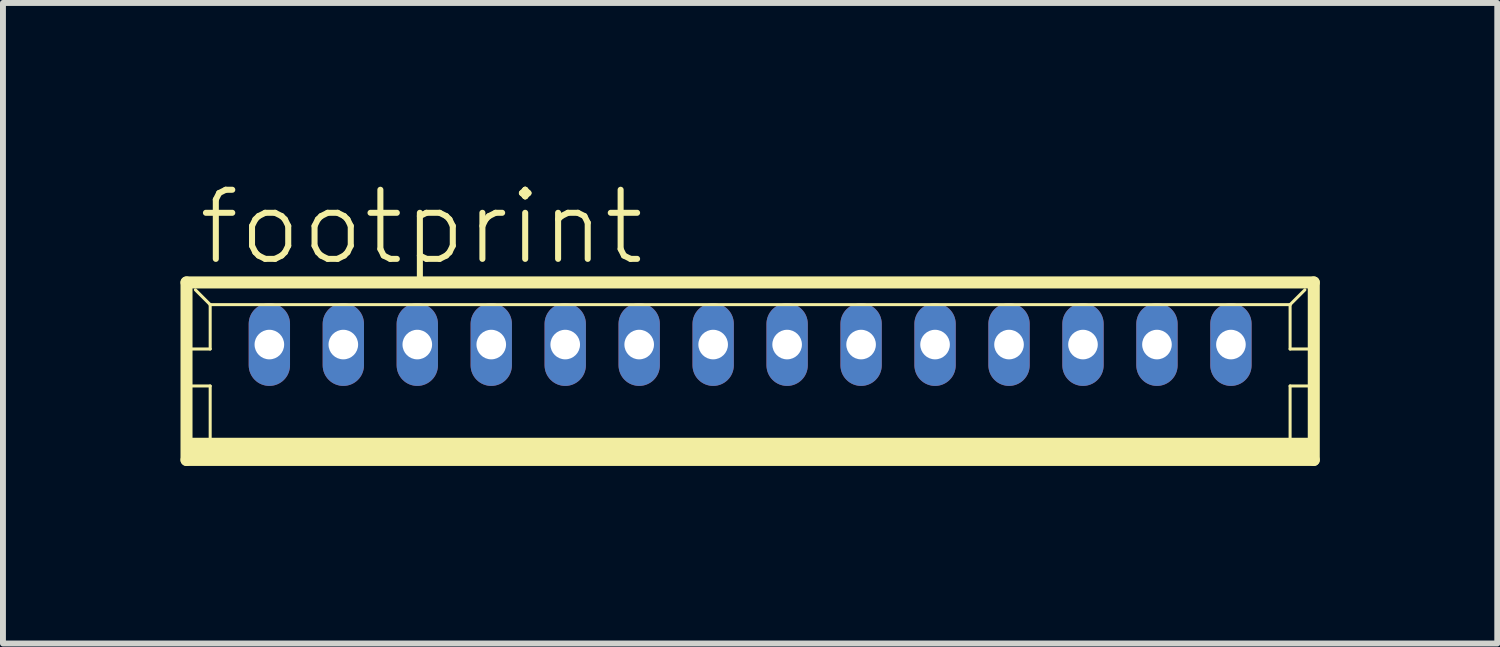
<source format=kicad_pcb>
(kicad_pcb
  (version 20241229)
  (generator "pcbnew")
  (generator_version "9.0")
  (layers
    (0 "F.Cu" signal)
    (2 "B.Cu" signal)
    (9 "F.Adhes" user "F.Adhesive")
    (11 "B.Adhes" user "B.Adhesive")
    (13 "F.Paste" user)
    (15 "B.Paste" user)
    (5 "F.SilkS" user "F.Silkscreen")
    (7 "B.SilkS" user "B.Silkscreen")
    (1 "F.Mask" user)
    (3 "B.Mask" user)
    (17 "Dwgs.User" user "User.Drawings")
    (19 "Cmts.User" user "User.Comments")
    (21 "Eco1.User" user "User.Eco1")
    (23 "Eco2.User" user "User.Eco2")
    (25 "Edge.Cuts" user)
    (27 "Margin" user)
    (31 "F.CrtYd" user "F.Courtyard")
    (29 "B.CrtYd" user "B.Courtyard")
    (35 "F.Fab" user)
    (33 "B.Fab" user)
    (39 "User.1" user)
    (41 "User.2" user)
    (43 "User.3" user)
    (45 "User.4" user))
  (footprint "footprint"
    (layer "F.Cu")
    (at 9.627 3.223)
    (property "Reference" "footprint" (at -9.375 -1.75 0) (layer "F.SilkS") (effects (font (size 1.168 1.168) (thickness 0.102)) (justify left bottom)))
    (fp_line (start -9.525 -1.5) (end -9.525 1.5) (stroke (width 0.203) (type solid)) (layer "F.SilkS"))
    (fp_line (start -9.525 1.5) (end 9.525 1.5) (stroke (width 0.203) (type solid)) (layer "F.SilkS"))
    (fp_line (start -9.5 -0.375) (end -9.125 -0.375) (stroke (width 0.051) (type solid)) (layer "F.SilkS"))
    (fp_line (start -9.5 0.25) (end -9.125 0.25) (stroke (width 0.051) (type solid)) (layer "F.SilkS"))
    (fp_line (start -9.125 -1.125) (end -9.375 -1.375) (stroke (width 0.051) (type solid)) (layer "F.SilkS"))
    (fp_line (start -9.125 -1.125) (end 9.125 -1.125) (stroke (width 0.051) (type solid)) (layer "F.SilkS"))
    (fp_line (start -9.125 -0.375) (end -9.125 -1.125) (stroke (width 0.051) (type solid)) (layer "F.SilkS"))
    (fp_line (start -9.125 0.25) (end -9.125 1.25) (stroke (width 0.051) (type solid)) (layer "F.SilkS"))
    (fp_line (start 9.125 -1.125) (end 9.125 -0.375) (stroke (width 0.051) (type solid)) (layer "F.SilkS"))
    (fp_line (start 9.125 -1.125) (end 9.375 -1.375) (stroke (width 0.051) (type solid)) (layer "F.SilkS"))
    (fp_line (start 9.125 -0.375) (end 9.5 -0.375) (stroke (width 0.051) (type solid)) (layer "F.SilkS"))
    (fp_line (start 9.125 0.25) (end 9.125 1.25) (stroke (width 0.051) (type solid)) (layer "F.SilkS"))
    (fp_line (start 9.125 0.25) (end 9.5 0.25) (stroke (width 0.051) (type solid)) (layer "F.SilkS"))
    (fp_line (start 9.525 -1.5) (end -9.525 -1.5) (stroke (width 0.203) (type solid)) (layer "F.SilkS"))
    (fp_line (start 9.525 1.5) (end 9.525 -1.5) (stroke (width 0.203) (type solid)) (layer "F.SilkS"))
    (fp_poly (pts (xy -9.5 1.5) (xy 9.5 1.5) (xy 9.5 1.125) (xy -9.5 1.125)) (stroke (width 0) (type solid)) (fill yes) (layer "F.SilkS"))
    (pad "1" thru_hole oval (at 8.125 -0.45 90) (size 1.397 0.698) (drill 0.5) (layers "*.Cu" "*.Mask"))
    (pad "2" thru_hole oval (at 6.875 -0.45 90) (size 1.397 0.698) (drill 0.5) (layers "*.Cu" "*.Mask"))
    (pad "3" thru_hole oval (at 5.625 -0.45 90) (size 1.397 0.698) (drill 0.5) (layers "*.Cu" "*.Mask"))
    (pad "4" thru_hole oval (at 4.375 -0.45 90) (size 1.397 0.698) (drill 0.5) (layers "*.Cu" "*.Mask"))
    (pad "5" thru_hole oval (at 3.125 -0.45 90) (size 1.397 0.698) (drill 0.5) (layers "*.Cu" "*.Mask"))
    (pad "6" thru_hole oval (at 1.875 -0.45 90) (size 1.397 0.698) (drill 0.5) (layers "*.Cu" "*.Mask"))
    (pad "7" thru_hole oval (at 0.625 -0.45 90) (size 1.397 0.698) (drill 0.5) (layers "*.Cu" "*.Mask"))
    (pad "8" thru_hole oval (at -0.625 -0.45 90) (size 1.397 0.698) (drill 0.5) (layers "*.Cu" "*.Mask"))
    (pad "9" thru_hole oval (at -1.875 -0.45 90) (size 1.397 0.698) (drill 0.5) (layers "*.Cu" "*.Mask"))
    (pad "10" thru_hole oval (at -3.125 -0.45 90) (size 1.397 0.698) (drill 0.5) (layers "*.Cu" "*.Mask"))
    (pad "11" thru_hole oval (at -4.375 -0.45 90) (size 1.397 0.698) (drill 0.5) (layers "*.Cu" "*.Mask"))
    (pad "12" thru_hole oval (at -5.625 -0.45 90) (size 1.397 0.698) (drill 0.5) (layers "*.Cu" "*.Mask"))
    (pad "13" thru_hole oval (at -6.875 -0.45 90) (size 1.397 0.698) (drill 0.5) (layers "*.Cu" "*.Mask"))
    (pad "14" thru_hole oval (at -8.125 -0.45 90) (size 1.397 0.698) (drill 0.5) (layers "*.Cu" "*.Mask")))
  (gr_rect
    (start -3 -3)
    (end 22.253 7.825)
    (stroke (width 0.1) (type default))
    (fill no)
    (layer "Edge.Cuts")))
</source>
